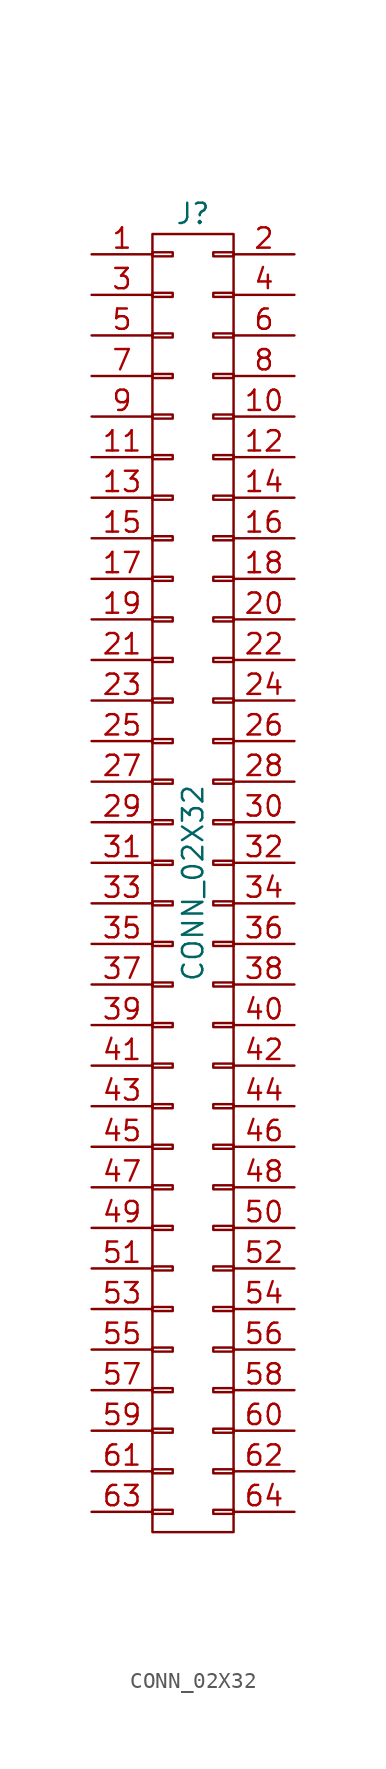
<source format=kicad_sym>
(kicad_symbol_lib
  (version 20211014)
  (generator kicad_symbol_editor)
  (symbol "CONN_02X32"
    (pin_names
      (offset 0.025) hide)
    (property "Reference" "J"
      (at 0 41.91 0)
      (effects (font (size 1.27 1.27))))
    (property "Value" "CONN_02X32"
      (at 0 0 90)
      (effects (font (size 1.27 1.27))))
    (symbol "CONN_02X32_0_1"
      (rectangle (start -2.54 -39.243) (end -1.27 -39.497) (stroke (width 0) (type default) (color 0 0 0 0)) (fill (type none)))
      (rectangle (start -2.54 -36.703) (end -1.27 -36.957) (stroke (width 0) (type default) (color 0 0 0 0)) (fill (type none)))
      (rectangle (start -2.54 -34.163) (end -1.27 -34.417) (stroke (width 0) (type default) (color 0 0 0 0)) (fill (type none)))
      (rectangle (start -2.54 -31.623) (end -1.27 -31.877) (stroke (width 0) (type default) (color 0 0 0 0)) (fill (type none)))
      (rectangle (start -2.54 -29.083) (end -1.27 -29.337) (stroke (width 0) (type default) (color 0 0 0 0)) (fill (type none)))
      (rectangle (start -2.54 -26.543) (end -1.27 -26.797) (stroke (width 0) (type default) (color 0 0 0 0)) (fill (type none)))
      (rectangle (start -2.54 -24.003) (end -1.27 -24.257) (stroke (width 0) (type default) (color 0 0 0 0)) (fill (type none)))
      (rectangle (start -2.54 -21.463) (end -1.27 -21.717) (stroke (width 0) (type default) (color 0 0 0 0)) (fill (type none)))
      (rectangle (start -2.54 -18.923) (end -1.27 -19.177) (stroke (width 0) (type default) (color 0 0 0 0)) (fill (type none)))
      (rectangle (start -2.54 -16.383) (end -1.27 -16.637) (stroke (width 0) (type default) (color 0 0 0 0)) (fill (type none)))
      (rectangle (start -2.54 -13.843) (end -1.27 -14.097) (stroke (width 0) (type default) (color 0 0 0 0)) (fill (type none)))
      (rectangle (start -2.54 -11.303) (end -1.27 -11.557) (stroke (width 0) (type default) (color 0 0 0 0)) (fill (type none)))
      (rectangle (start -2.54 -8.763) (end -1.27 -9.017) (stroke (width 0) (type default) (color 0 0 0 0)) (fill (type none)))
      (rectangle (start -2.54 -6.223) (end -1.27 -6.477) (stroke (width 0) (type default) (color 0 0 0 0)) (fill (type none)))
      (rectangle (start -2.54 -3.683) (end -1.27 -3.937) (stroke (width 0) (type default) (color 0 0 0 0)) (fill (type none)))
      (rectangle (start -2.54 -1.143) (end -1.27 -1.397) (stroke (width 0) (type default) (color 0 0 0 0)) (fill (type none)))
      (rectangle (start -2.54 1.397) (end -1.27 1.143) (stroke (width 0) (type default) (color 0 0 0 0)) (fill (type none)))
      (rectangle (start -2.54 3.937) (end -1.27 3.683) (stroke (width 0) (type default) (color 0 0 0 0)) (fill (type none)))
      (rectangle (start -2.54 6.477) (end -1.27 6.223) (stroke (width 0) (type default) (color 0 0 0 0)) (fill (type none)))
      (rectangle (start -2.54 9.017) (end -1.27 8.763) (stroke (width 0) (type default) (color 0 0 0 0)) (fill (type none)))
      (rectangle (start -2.54 11.557) (end -1.27 11.303) (stroke (width 0) (type default) (color 0 0 0 0)) (fill (type none)))
      (rectangle (start -2.54 14.097) (end -1.27 13.843) (stroke (width 0) (type default) (color 0 0 0 0)) (fill (type none)))
      (rectangle (start -2.54 16.637) (end -1.27 16.383) (stroke (width 0) (type default) (color 0 0 0 0)) (fill (type none)))
      (rectangle (start -2.54 19.177) (end -1.27 18.923) (stroke (width 0) (type default) (color 0 0 0 0)) (fill (type none)))
      (rectangle (start -2.54 21.717) (end -1.27 21.463) (stroke (width 0) (type default) (color 0 0 0 0)) (fill (type none)))
      (rectangle (start -2.54 24.257) (end -1.27 24.003) (stroke (width 0) (type default) (color 0 0 0 0)) (fill (type none)))
      (rectangle (start -2.54 26.797) (end -1.27 26.543) (stroke (width 0) (type default) (color 0 0 0 0)) (fill (type none)))
      (rectangle (start -2.54 29.337) (end -1.27 29.083) (stroke (width 0) (type default) (color 0 0 0 0)) (fill (type none)))
      (rectangle (start -2.54 31.877) (end -1.27 31.623) (stroke (width 0) (type default) (color 0 0 0 0)) (fill (type none)))
      (rectangle (start -2.54 34.417) (end -1.27 34.163) (stroke (width 0) (type default) (color 0 0 0 0)) (fill (type none)))
      (rectangle (start -2.54 36.957) (end -1.27 36.703) (stroke (width 0) (type default) (color 0 0 0 0)) (fill (type none)))
      (rectangle (start -2.54 39.497) (end -1.27 39.243) (stroke (width 0) (type default) (color 0 0 0 0)) (fill (type none)))
      (rectangle (start -2.54 40.64) (end 2.54 -40.64) (stroke (width 0) (type default) (color 0 0 0 0)) (fill (type none)))
      (rectangle (start 1.27 -39.243) (end 2.54 -39.497) (stroke (width 0) (type default) (color 0 0 0 0)) (fill (type none)))
      (rectangle (start 1.27 -36.703) (end 2.54 -36.957) (stroke (width 0) (type default) (color 0 0 0 0)) (fill (type none)))
      (rectangle (start 1.27 -34.163) (end 2.54 -34.417) (stroke (width 0) (type default) (color 0 0 0 0)) (fill (type none)))
      (rectangle (start 1.27 -31.623) (end 2.54 -31.877) (stroke (width 0) (type default) (color 0 0 0 0)) (fill (type none)))
      (rectangle (start 1.27 -29.083) (end 2.54 -29.337) (stroke (width 0) (type default) (color 0 0 0 0)) (fill (type none)))
      (rectangle (start 1.27 -26.543) (end 2.54 -26.797) (stroke (width 0) (type default) (color 0 0 0 0)) (fill (type none)))
      (rectangle (start 1.27 -24.003) (end 2.54 -24.257) (stroke (width 0) (type default) (color 0 0 0 0)) (fill (type none)))
      (rectangle (start 1.27 -21.463) (end 2.54 -21.717) (stroke (width 0) (type default) (color 0 0 0 0)) (fill (type none)))
      (rectangle (start 1.27 -18.923) (end 2.54 -19.177) (stroke (width 0) (type default) (color 0 0 0 0)) (fill (type none)))
      (rectangle (start 1.27 -16.383) (end 2.54 -16.637) (stroke (width 0) (type default) (color 0 0 0 0)) (fill (type none)))
      (rectangle (start 1.27 -13.843) (end 2.54 -14.097) (stroke (width 0) (type default) (color 0 0 0 0)) (fill (type none)))
      (rectangle (start 1.27 -11.303) (end 2.54 -11.557) (stroke (width 0) (type default) (color 0 0 0 0)) (fill (type none)))
      (rectangle (start 1.27 -8.763) (end 2.54 -9.017) (stroke (width 0) (type default) (color 0 0 0 0)) (fill (type none)))
      (rectangle (start 1.27 -6.223) (end 2.54 -6.477) (stroke (width 0) (type default) (color 0 0 0 0)) (fill (type none)))
      (rectangle (start 1.27 -3.683) (end 2.54 -3.937) (stroke (width 0) (type default) (color 0 0 0 0)) (fill (type none)))
      (rectangle (start 1.27 -1.143) (end 2.54 -1.397) (stroke (width 0) (type default) (color 0 0 0 0)) (fill (type none)))
      (rectangle (start 1.27 1.397) (end 2.54 1.143) (stroke (width 0) (type default) (color 0 0 0 0)) (fill (type none)))
      (rectangle (start 1.27 3.937) (end 2.54 3.683) (stroke (width 0) (type default) (color 0 0 0 0)) (fill (type none)))
      (rectangle (start 1.27 6.477) (end 2.54 6.223) (stroke (width 0) (type default) (color 0 0 0 0)) (fill (type none)))
      (rectangle (start 1.27 9.017) (end 2.54 8.763) (stroke (width 0) (type default) (color 0 0 0 0)) (fill (type none)))
      (rectangle (start 1.27 11.557) (end 2.54 11.303) (stroke (width 0) (type default) (color 0 0 0 0)) (fill (type none)))
      (rectangle (start 1.27 14.097) (end 2.54 13.843) (stroke (width 0) (type default) (color 0 0 0 0)) (fill (type none)))
      (rectangle (start 1.27 16.637) (end 2.54 16.383) (stroke (width 0) (type default) (color 0 0 0 0)) (fill (type none)))
      (rectangle (start 1.27 19.177) (end 2.54 18.923) (stroke (width 0) (type default) (color 0 0 0 0)) (fill (type none)))
      (rectangle (start 1.27 21.717) (end 2.54 21.463) (stroke (width 0) (type default) (color 0 0 0 0)) (fill (type none)))
      (rectangle (start 1.27 24.257) (end 2.54 24.003) (stroke (width 0) (type default) (color 0 0 0 0)) (fill (type none)))
      (rectangle (start 1.27 26.797) (end 2.54 26.543) (stroke (width 0) (type default) (color 0 0 0 0)) (fill (type none)))
      (rectangle (start 1.27 29.337) (end 2.54 29.083) (stroke (width 0) (type default) (color 0 0 0 0)) (fill (type none)))
      (rectangle (start 1.27 31.877) (end 2.54 31.623) (stroke (width 0) (type default) (color 0 0 0 0)) (fill (type none)))
      (rectangle (start 1.27 34.417) (end 2.54 34.163) (stroke (width 0) (type default) (color 0 0 0 0)) (fill (type none)))
      (rectangle (start 1.27 36.957) (end 2.54 36.703) (stroke (width 0) (type default) (color 0 0 0 0)) (fill (type none)))
      (rectangle (start 1.27 39.497) (end 2.54 39.243) (stroke (width 0) (type default) (color 0 0 0 0)) (fill (type none))))
    (symbol "CONN_02X32_1_1"
      (pin passive line (at -6.35 39.37 0) (length 3.81) (name "P1" (effects (font (size 1.27 1.27)))) (number "1" (effects (font (size 1.27 1.27)))))
      (pin passive line (at 6.35 29.21 180) (length 3.81) (name "P10" (effects (font (size 1.27 1.27)))) (number "10" (effects (font (size 1.27 1.27)))))
      (pin passive line (at -6.35 26.67 0) (length 3.81) (name "P11" (effects (font (size 1.27 1.27)))) (number "11" (effects (font (size 1.27 1.27)))))
      (pin passive line (at 6.35 26.67 180) (length 3.81) (name "P12" (effects (font (size 1.27 1.27)))) (number "12" (effects (font (size 1.27 1.27)))))
      (pin passive line (at -6.35 24.13 0) (length 3.81) (name "P13" (effects (font (size 1.27 1.27)))) (number "13" (effects (font (size 1.27 1.27)))))
      (pin passive line (at 6.35 24.13 180) (length 3.81) (name "P14" (effects (font (size 1.27 1.27)))) (number "14" (effects (font (size 1.27 1.27)))))
      (pin passive line (at -6.35 21.59 0) (length 3.81) (name "P15" (effects (font (size 1.27 1.27)))) (number "15" (effects (font (size 1.27 1.27)))))
      (pin passive line (at 6.35 21.59 180) (length 3.81) (name "P16" (effects (font (size 1.27 1.27)))) (number "16" (effects (font (size 1.27 1.27)))))
      (pin passive line (at -6.35 19.05 0) (length 3.81) (name "P17" (effects (font (size 1.27 1.27)))) (number "17" (effects (font (size 1.27 1.27)))))
      (pin passive line (at 6.35 19.05 180) (length 3.81) (name "P18" (effects (font (size 1.27 1.27)))) (number "18" (effects (font (size 1.27 1.27)))))
      (pin passive line (at -6.35 16.51 0) (length 3.81) (name "P19" (effects (font (size 1.27 1.27)))) (number "19" (effects (font (size 1.27 1.27)))))
      (pin passive line (at 6.35 39.37 180) (length 3.81) (name "P2" (effects (font (size 1.27 1.27)))) (number "2" (effects (font (size 1.27 1.27)))))
      (pin passive line (at 6.35 16.51 180) (length 3.81) (name "P20" (effects (font (size 1.27 1.27)))) (number "20" (effects (font (size 1.27 1.27)))))
      (pin passive line (at -6.35 13.97 0) (length 3.81) (name "P21" (effects (font (size 1.27 1.27)))) (number "21" (effects (font (size 1.27 1.27)))))
      (pin passive line (at 6.35 13.97 180) (length 3.81) (name "P22" (effects (font (size 1.27 1.27)))) (number "22" (effects (font (size 1.27 1.27)))))
      (pin passive line (at -6.35 11.43 0) (length 3.81) (name "P23" (effects (font (size 1.27 1.27)))) (number "23" (effects (font (size 1.27 1.27)))))
      (pin passive line (at 6.35 11.43 180) (length 3.81) (name "P24" (effects (font (size 1.27 1.27)))) (number "24" (effects (font (size 1.27 1.27)))))
      (pin passive line (at -6.35 8.89 0) (length 3.81) (name "P25" (effects (font (size 1.27 1.27)))) (number "25" (effects (font (size 1.27 1.27)))))
      (pin passive line (at 6.35 8.89 180) (length 3.81) (name "P26" (effects (font (size 1.27 1.27)))) (number "26" (effects (font (size 1.27 1.27)))))
      (pin passive line (at -6.35 6.35 0) (length 3.81) (name "P27" (effects (font (size 1.27 1.27)))) (number "27" (effects (font (size 1.27 1.27)))))
      (pin passive line (at 6.35 6.35 180) (length 3.81) (name "P28" (effects (font (size 1.27 1.27)))) (number "28" (effects (font (size 1.27 1.27)))))
      (pin passive line (at -6.35 3.81 0) (length 3.81) (name "P29" (effects (font (size 1.27 1.27)))) (number "29" (effects (font (size 1.27 1.27)))))
      (pin passive line (at -6.35 36.83 0) (length 3.81) (name "P3" (effects (font (size 1.27 1.27)))) (number "3" (effects (font (size 1.27 1.27)))))
      (pin passive line (at 6.35 3.81 180) (length 3.81) (name "P30" (effects (font (size 1.27 1.27)))) (number "30" (effects (font (size 1.27 1.27)))))
      (pin passive line (at -6.35 1.27 0) (length 3.81) (name "P31" (effects (font (size 1.27 1.27)))) (number "31" (effects (font (size 1.27 1.27)))))
      (pin passive line (at 6.35 1.27 180) (length 3.81) (name "P32" (effects (font (size 1.27 1.27)))) (number "32" (effects (font (size 1.27 1.27)))))
      (pin passive line (at -6.35 -1.27 0) (length 3.81) (name "P33" (effects (font (size 1.27 1.27)))) (number "33" (effects (font (size 1.27 1.27)))))
      (pin passive line (at 6.35 -1.27 180) (length 3.81) (name "P34" (effects (font (size 1.27 1.27)))) (number "34" (effects (font (size 1.27 1.27)))))
      (pin passive line (at -6.35 -3.81 0) (length 3.81) (name "P35" (effects (font (size 1.27 1.27)))) (number "35" (effects (font (size 1.27 1.27)))))
      (pin passive line (at 6.35 -3.81 180) (length 3.81) (name "P36" (effects (font (size 1.27 1.27)))) (number "36" (effects (font (size 1.27 1.27)))))
      (pin passive line (at -6.35 -6.35 0) (length 3.81) (name "P37" (effects (font (size 1.27 1.27)))) (number "37" (effects (font (size 1.27 1.27)))))
      (pin passive line (at 6.35 -6.35 180) (length 3.81) (name "P38" (effects (font (size 1.27 1.27)))) (number "38" (effects (font (size 1.27 1.27)))))
      (pin passive line (at -6.35 -8.89 0) (length 3.81) (name "P39" (effects (font (size 1.27 1.27)))) (number "39" (effects (font (size 1.27 1.27)))))
      (pin passive line (at 6.35 36.83 180) (length 3.81) (name "P4" (effects (font (size 1.27 1.27)))) (number "4" (effects (font (size 1.27 1.27)))))
      (pin passive line (at 6.35 -8.89 180) (length 3.81) (name "P40" (effects (font (size 1.27 1.27)))) (number "40" (effects (font (size 1.27 1.27)))))
      (pin passive line (at -6.35 -11.43 0) (length 3.81) (name "P41" (effects (font (size 1.27 1.27)))) (number "41" (effects (font (size 1.27 1.27)))))
      (pin passive line (at 6.35 -11.43 180) (length 3.81) (name "P42" (effects (font (size 1.27 1.27)))) (number "42" (effects (font (size 1.27 1.27)))))
      (pin passive line (at -6.35 -13.97 0) (length 3.81) (name "P43" (effects (font (size 1.27 1.27)))) (number "43" (effects (font (size 1.27 1.27)))))
      (pin passive line (at 6.35 -13.97 180) (length 3.81) (name "P44" (effects (font (size 1.27 1.27)))) (number "44" (effects (font (size 1.27 1.27)))))
      (pin passive line (at -6.35 -16.51 0) (length 3.81) (name "P45" (effects (font (size 1.27 1.27)))) (number "45" (effects (font (size 1.27 1.27)))))
      (pin passive line (at 6.35 -16.51 180) (length 3.81) (name "P46" (effects (font (size 1.27 1.27)))) (number "46" (effects (font (size 1.27 1.27)))))
      (pin passive line (at -6.35 -19.05 0) (length 3.81) (name "P47" (effects (font (size 1.27 1.27)))) (number "47" (effects (font (size 1.27 1.27)))))
      (pin passive line (at 6.35 -19.05 180) (length 3.81) (name "P48" (effects (font (size 1.27 1.27)))) (number "48" (effects (font (size 1.27 1.27)))))
      (pin passive line (at -6.35 -21.59 0) (length 3.81) (name "P49" (effects (font (size 1.27 1.27)))) (number "49" (effects (font (size 1.27 1.27)))))
      (pin passive line (at -6.35 34.29 0) (length 3.81) (name "P5" (effects (font (size 1.27 1.27)))) (number "5" (effects (font (size 1.27 1.27)))))
      (pin passive line (at 6.35 -21.59 180) (length 3.81) (name "P50" (effects (font (size 1.27 1.27)))) (number "50" (effects (font (size 1.27 1.27)))))
      (pin passive line (at -6.35 -24.13 0) (length 3.81) (name "P51" (effects (font (size 1.27 1.27)))) (number "51" (effects (font (size 1.27 1.27)))))
      (pin passive line (at 6.35 -24.13 180) (length 3.81) (name "P52" (effects (font (size 1.27 1.27)))) (number "52" (effects (font (size 1.27 1.27)))))
      (pin passive line (at -6.35 -26.67 0) (length 3.81) (name "P53" (effects (font (size 1.27 1.27)))) (number "53" (effects (font (size 1.27 1.27)))))
      (pin passive line (at 6.35 -26.67 180) (length 3.81) (name "P54" (effects (font (size 1.27 1.27)))) (number "54" (effects (font (size 1.27 1.27)))))
      (pin passive line (at -6.35 -29.21 0) (length 3.81) (name "P55" (effects (font (size 1.27 1.27)))) (number "55" (effects (font (size 1.27 1.27)))))
      (pin passive line (at 6.35 -29.21 180) (length 3.81) (name "P56" (effects (font (size 1.27 1.27)))) (number "56" (effects (font (size 1.27 1.27)))))
      (pin passive line (at -6.35 -31.75 0) (length 3.81) (name "P57" (effects (font (size 1.27 1.27)))) (number "57" (effects (font (size 1.27 1.27)))))
      (pin passive line (at 6.35 -31.75 180) (length 3.81) (name "P58" (effects (font (size 1.27 1.27)))) (number "58" (effects (font (size 1.27 1.27)))))
      (pin passive line (at -6.35 -34.29 0) (length 3.81) (name "P59" (effects (font (size 1.27 1.27)))) (number "59" (effects (font (size 1.27 1.27)))))
      (pin passive line (at 6.35 34.29 180) (length 3.81) (name "P6" (effects (font (size 1.27 1.27)))) (number "6" (effects (font (size 1.27 1.27)))))
      (pin passive line (at 6.35 -34.29 180) (length 3.81) (name "P60" (effects (font (size 1.27 1.27)))) (number "60" (effects (font (size 1.27 1.27)))))
      (pin passive line (at -6.35 -36.83 0) (length 3.81) (name "P61" (effects (font (size 1.27 1.27)))) (number "61" (effects (font (size 1.27 1.27)))))
      (pin passive line (at 6.35 -36.83 180) (length 3.81) (name "P62" (effects (font (size 1.27 1.27)))) (number "62" (effects (font (size 1.27 1.27)))))
      (pin passive line (at -6.35 -39.37 0) (length 3.81) (name "P63" (effects (font (size 1.27 1.27)))) (number "63" (effects (font (size 1.27 1.27)))))
      (pin passive line (at 6.35 -39.37 180) (length 3.81) (name "P64" (effects (font (size 1.27 1.27)))) (number "64" (effects (font (size 1.27 1.27)))))
      (pin passive line (at -6.35 31.75 0) (length 3.81) (name "P7" (effects (font (size 1.27 1.27)))) (number "7" (effects (font (size 1.27 1.27)))))
      (pin passive line (at 6.35 31.75 180) (length 3.81) (name "P8" (effects (font (size 1.27 1.27)))) (number "8" (effects (font (size 1.27 1.27)))))
      (pin passive line (at -6.35 29.21 0) (length 3.81) (name "P9" (effects (font (size 1.27 1.27)))) (number "9" (effects (font (size 1.27 1.27))))))))
</source>
